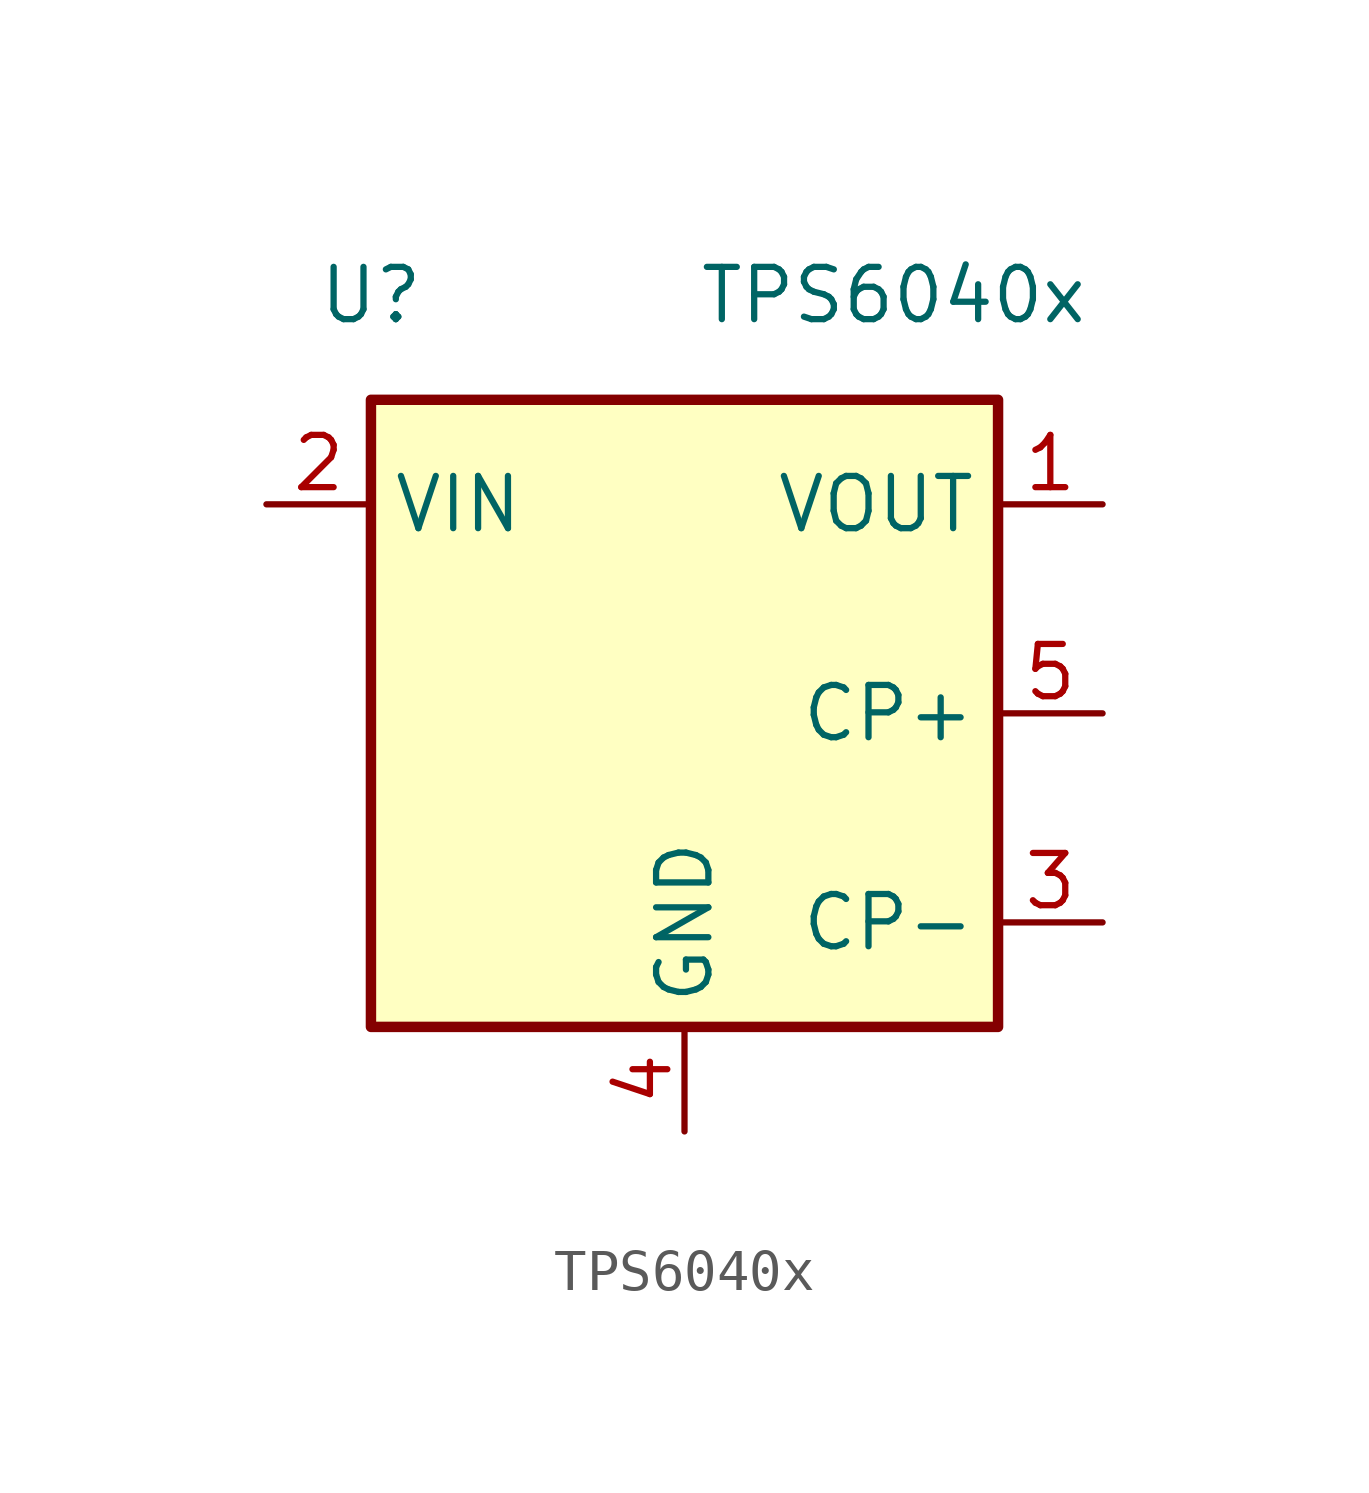
<source format=kicad_sym>
(kicad_symbol_lib
  (version 20220914)
  (generator kicad_symbol_editor)
  (symbol "TPS6040x"
    (property "Reference" "U"
      (at -7.62 10.16 0)
      (effects (font (size 1.27 1.27))))
    (property "Value" "TPS6040x"
      (at 5.08 10.16 0)
      (effects (font (size 1.27 1.27))))
    (symbol "TPS6040x_0_1"
      (rectangle (start -7.62 7.62) (end 7.62 -7.62) (stroke (width 0.254) (type default)) (fill (type background))))
    (symbol "TPS6040x_1_1"
      (pin power_out line (at 10.16 5.08 180) (length 2.54) (name "VOUT" (effects (font (size 1.27 1.27)))) (number "1" (effects (font (size 1.27 1.27)))))
      (pin power_in line (at 0 -10.16 90) (length 2.54) (name "GND" (effects (font (size 1.27 1.27)))) (number "4" (effects (font (size 1.27 1.27)))))
      (pin passive line (at 10.16 -5.08 180) (length 2.54) (name "CP-" (effects (font (size 1.27 1.27)))) (number "3" (effects (font (size 1.27 1.27)))))
      (pin power_in line (at -10.16 5.08 0) (length 2.54) (name "VIN" (effects (font (size 1.27 1.27)))) (number "2" (effects (font (size 1.27 1.27)))))
      (pin passive line (at 10.16 0 180) (length 2.54) (name "CP+" (effects (font (size 1.27 1.27)))) (number "5" (effects (font (size 1.27 1.27))))))))
</source>
